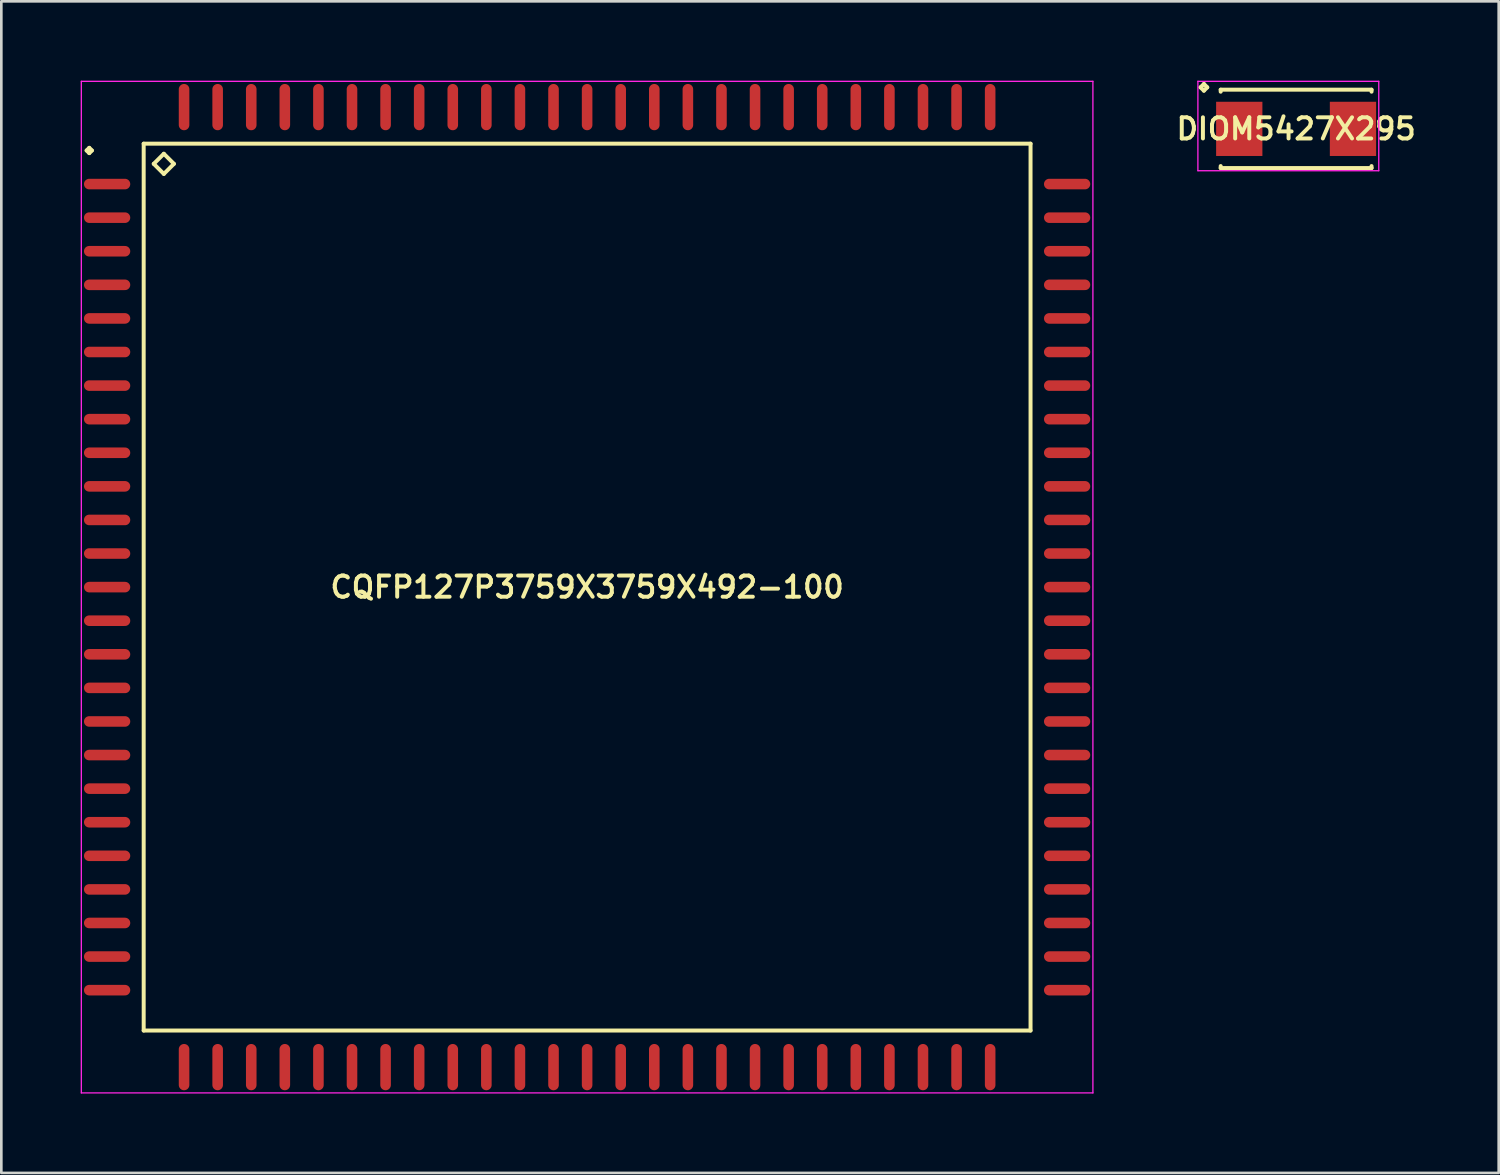
<source format=kicad_pcb>
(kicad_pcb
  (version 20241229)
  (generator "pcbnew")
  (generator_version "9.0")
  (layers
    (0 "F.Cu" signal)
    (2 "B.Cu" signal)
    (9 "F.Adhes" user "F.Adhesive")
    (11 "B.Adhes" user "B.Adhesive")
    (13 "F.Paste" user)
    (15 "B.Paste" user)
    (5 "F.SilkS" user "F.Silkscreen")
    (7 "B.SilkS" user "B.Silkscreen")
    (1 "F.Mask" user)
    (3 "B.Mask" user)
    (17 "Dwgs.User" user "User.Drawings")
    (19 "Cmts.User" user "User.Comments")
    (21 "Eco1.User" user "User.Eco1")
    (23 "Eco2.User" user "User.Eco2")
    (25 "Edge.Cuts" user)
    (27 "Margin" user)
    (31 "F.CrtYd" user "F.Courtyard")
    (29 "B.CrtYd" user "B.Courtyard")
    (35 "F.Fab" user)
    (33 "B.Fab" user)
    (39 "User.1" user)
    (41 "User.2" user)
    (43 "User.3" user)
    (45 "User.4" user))
  (footprint "CQFP127P3759X3759X492-100"
    (layer "F.Cu")
    (at 19.15 19.15)
    (property "Reference" "CQFP127P3759X3759X492-100" (at 0 0 0) (layer "F.SilkS") (effects (font (size 0.8 0.8) (thickness 0.15))))
    (attr smd)
    (fp_line (start -18.925 -16.51) (end -18.825 -16.61) (stroke (width 0.15) (type solid)) (layer "F.SilkS"))
    (fp_line (start -18.825 -16.61) (end -18.725 -16.51) (stroke (width 0.15) (type solid)) (layer "F.SilkS"))
    (fp_line (start -18.825 -16.41) (end -18.925 -16.51) (stroke (width 0.15) (type solid)) (layer "F.SilkS"))
    (fp_line (start -18.725 -16.51) (end -18.825 -16.41) (stroke (width 0.15) (type solid)) (layer "F.SilkS"))
    (fp_line (start -16.767 -16.767) (end -16.767 16.767) (stroke (width 0.15) (type solid)) (layer "F.SilkS"))
    (fp_line (start -16.767 16.767) (end 16.767 16.767) (stroke (width 0.15) (type solid)) (layer "F.SilkS"))
    (fp_line (start -16.386 -16.005) (end -16.005 -16.386) (stroke (width 0.15) (type solid)) (layer "F.SilkS"))
    (fp_line (start -16.005 -16.386) (end -15.624 -16.005) (stroke (width 0.15) (type solid)) (layer "F.SilkS"))
    (fp_line (start -16.005 -15.624) (end -16.386 -16.005) (stroke (width 0.15) (type solid)) (layer "F.SilkS"))
    (fp_line (start -15.624 -16.005) (end -16.005 -15.624) (stroke (width 0.15) (type solid)) (layer "F.SilkS"))
    (fp_line (start 16.767 -16.767) (end -16.767 -16.767) (stroke (width 0.15) (type solid)) (layer "F.SilkS"))
    (fp_line (start 16.767 16.767) (end 16.767 -16.767) (stroke (width 0.15) (type solid)) (layer "F.SilkS"))
    (fp_line (start -19.125 -19.125) (end 19.125 -19.125) (stroke (width 0.05) (type solid)) (layer "F.CrtYd"))
    (fp_line (start -19.125 19.125) (end -19.125 -19.125) (stroke (width 0.05) (type solid)) (layer "F.CrtYd"))
    (fp_line (start 19.125 -19.125) (end 19.125 19.125) (stroke (width 0.05) (type solid)) (layer "F.CrtYd"))
    (fp_line (start 19.125 19.125) (end -19.125 19.125) (stroke (width 0.05) (type solid)) (layer "F.CrtYd"))
    (pad "1" smd oval (at -18.15 -15.24) (size 1.75 0.4) (layers "F.Cu" "F.Mask" "F.Paste"))
    (pad "2" smd oval (at -18.15 -13.97) (size 1.75 0.4) (layers "F.Cu" "F.Mask" "F.Paste"))
    (pad "3" smd oval (at -18.15 -12.7) (size 1.75 0.4) (layers "F.Cu" "F.Mask" "F.Paste"))
    (pad "4" smd oval (at -18.15 -11.43) (size 1.75 0.4) (layers "F.Cu" "F.Mask" "F.Paste"))
    (pad "5" smd oval (at -18.15 -10.16) (size 1.75 0.4) (layers "F.Cu" "F.Mask" "F.Paste"))
    (pad "6" smd oval (at -18.15 -8.89) (size 1.75 0.4) (layers "F.Cu" "F.Mask" "F.Paste"))
    (pad "7" smd oval (at -18.15 -7.62) (size 1.75 0.4) (layers "F.Cu" "F.Mask" "F.Paste"))
    (pad "8" smd oval (at -18.15 -6.35) (size 1.75 0.4) (layers "F.Cu" "F.Mask" "F.Paste"))
    (pad "9" smd oval (at -18.15 -5.08) (size 1.75 0.4) (layers "F.Cu" "F.Mask" "F.Paste"))
    (pad "10" smd oval (at -18.15 -3.81) (size 1.75 0.4) (layers "F.Cu" "F.Mask" "F.Paste"))
    (pad "11" smd oval (at -18.15 -2.54) (size 1.75 0.4) (layers "F.Cu" "F.Mask" "F.Paste"))
    (pad "12" smd oval (at -18.15 -1.27) (size 1.75 0.4) (layers "F.Cu" "F.Mask" "F.Paste"))
    (pad "13" smd oval (at -18.15 0) (size 1.75 0.4) (layers "F.Cu" "F.Mask" "F.Paste"))
    (pad "14" smd oval (at -18.15 1.27) (size 1.75 0.4) (layers "F.Cu" "F.Mask" "F.Paste"))
    (pad "15" smd oval (at -18.15 2.54) (size 1.75 0.4) (layers "F.Cu" "F.Mask" "F.Paste"))
    (pad "16" smd oval (at -18.15 3.81) (size 1.75 0.4) (layers "F.Cu" "F.Mask" "F.Paste"))
    (pad "17" smd oval (at -18.15 5.08) (size 1.75 0.4) (layers "F.Cu" "F.Mask" "F.Paste"))
    (pad "18" smd oval (at -18.15 6.35) (size 1.75 0.4) (layers "F.Cu" "F.Mask" "F.Paste"))
    (pad "19" smd oval (at -18.15 7.62) (size 1.75 0.4) (layers "F.Cu" "F.Mask" "F.Paste"))
    (pad "20" smd oval (at -18.15 8.89) (size 1.75 0.4) (layers "F.Cu" "F.Mask" "F.Paste"))
    (pad "21" smd oval (at -18.15 10.16) (size 1.75 0.4) (layers "F.Cu" "F.Mask" "F.Paste"))
    (pad "22" smd oval (at -18.15 11.43) (size 1.75 0.4) (layers "F.Cu" "F.Mask" "F.Paste"))
    (pad "23" smd oval (at -18.15 12.7) (size 1.75 0.4) (layers "F.Cu" "F.Mask" "F.Paste"))
    (pad "24" smd oval (at -18.15 13.97) (size 1.75 0.4) (layers "F.Cu" "F.Mask" "F.Paste"))
    (pad "25" smd oval (at -18.15 15.24) (size 1.75 0.4) (layers "F.Cu" "F.Mask" "F.Paste"))
    (pad "26" smd oval (at -15.24 18.15) (size 0.4 1.75) (layers "F.Cu" "F.Mask" "F.Paste"))
    (pad "27" smd oval (at -13.97 18.15) (size 0.4 1.75) (layers "F.Cu" "F.Mask" "F.Paste"))
    (pad "28" smd oval (at -12.7 18.15) (size 0.4 1.75) (layers "F.Cu" "F.Mask" "F.Paste"))
    (pad "29" smd oval (at -11.43 18.15) (size 0.4 1.75) (layers "F.Cu" "F.Mask" "F.Paste"))
    (pad "30" smd oval (at -10.16 18.15) (size 0.4 1.75) (layers "F.Cu" "F.Mask" "F.Paste"))
    (pad "31" smd oval (at -8.89 18.15) (size 0.4 1.75) (layers "F.Cu" "F.Mask" "F.Paste"))
    (pad "32" smd oval (at -7.62 18.15) (size 0.4 1.75) (layers "F.Cu" "F.Mask" "F.Paste"))
    (pad "33" smd oval (at -6.35 18.15) (size 0.4 1.75) (layers "F.Cu" "F.Mask" "F.Paste"))
    (pad "34" smd oval (at -5.08 18.15) (size 0.4 1.75) (layers "F.Cu" "F.Mask" "F.Paste"))
    (pad "35" smd oval (at -3.81 18.15) (size 0.4 1.75) (layers "F.Cu" "F.Mask" "F.Paste"))
    (pad "36" smd oval (at -2.54 18.15) (size 0.4 1.75) (layers "F.Cu" "F.Mask" "F.Paste"))
    (pad "37" smd oval (at -1.27 18.15) (size 0.4 1.75) (layers "F.Cu" "F.Mask" "F.Paste"))
    (pad "38" smd oval (at 0 18.15) (size 0.4 1.75) (layers "F.Cu" "F.Mask" "F.Paste"))
    (pad "39" smd oval (at 1.27 18.15) (size 0.4 1.75) (layers "F.Cu" "F.Mask" "F.Paste"))
    (pad "40" smd oval (at 2.54 18.15) (size 0.4 1.75) (layers "F.Cu" "F.Mask" "F.Paste"))
    (pad "41" smd oval (at 3.81 18.15) (size 0.4 1.75) (layers "F.Cu" "F.Mask" "F.Paste"))
    (pad "42" smd oval (at 5.08 18.15) (size 0.4 1.75) (layers "F.Cu" "F.Mask" "F.Paste"))
    (pad "43" smd oval (at 6.35 18.15) (size 0.4 1.75) (layers "F.Cu" "F.Mask" "F.Paste"))
    (pad "44" smd oval (at 7.62 18.15) (size 0.4 1.75) (layers "F.Cu" "F.Mask" "F.Paste"))
    (pad "45" smd oval (at 8.89 18.15) (size 0.4 1.75) (layers "F.Cu" "F.Mask" "F.Paste"))
    (pad "46" smd oval (at 10.16 18.15) (size 0.4 1.75) (layers "F.Cu" "F.Mask" "F.Paste"))
    (pad "47" smd oval (at 11.43 18.15) (size 0.4 1.75) (layers "F.Cu" "F.Mask" "F.Paste"))
    (pad "48" smd oval (at 12.7 18.15) (size 0.4 1.75) (layers "F.Cu" "F.Mask" "F.Paste"))
    (pad "49" smd oval (at 13.97 18.15) (size 0.4 1.75) (layers "F.Cu" "F.Mask" "F.Paste"))
    (pad "50" smd oval (at 15.24 18.15) (size 0.4 1.75) (layers "F.Cu" "F.Mask" "F.Paste"))
    (pad "51" smd oval (at 18.15 15.24) (size 1.75 0.4) (layers "F.Cu" "F.Mask" "F.Paste"))
    (pad "52" smd oval (at 18.15 13.97) (size 1.75 0.4) (layers "F.Cu" "F.Mask" "F.Paste"))
    (pad "53" smd oval (at 18.15 12.7) (size 1.75 0.4) (layers "F.Cu" "F.Mask" "F.Paste"))
    (pad "54" smd oval (at 18.15 11.43) (size 1.75 0.4) (layers "F.Cu" "F.Mask" "F.Paste"))
    (pad "55" smd oval (at 18.15 10.16) (size 1.75 0.4) (layers "F.Cu" "F.Mask" "F.Paste"))
    (pad "56" smd oval (at 18.15 8.89) (size 1.75 0.4) (layers "F.Cu" "F.Mask" "F.Paste"))
    (pad "57" smd oval (at 18.15 7.62) (size 1.75 0.4) (layers "F.Cu" "F.Mask" "F.Paste"))
    (pad "58" smd oval (at 18.15 6.35) (size 1.75 0.4) (layers "F.Cu" "F.Mask" "F.Paste"))
    (pad "59" smd oval (at 18.15 5.08) (size 1.75 0.4) (layers "F.Cu" "F.Mask" "F.Paste"))
    (pad "60" smd oval (at 18.15 3.81) (size 1.75 0.4) (layers "F.Cu" "F.Mask" "F.Paste"))
    (pad "61" smd oval (at 18.15 2.54) (size 1.75 0.4) (layers "F.Cu" "F.Mask" "F.Paste"))
    (pad "62" smd oval (at 18.15 1.27) (size 1.75 0.4) (layers "F.Cu" "F.Mask" "F.Paste"))
    (pad "63" smd oval (at 18.15 0) (size 1.75 0.4) (layers "F.Cu" "F.Mask" "F.Paste"))
    (pad "64" smd oval (at 18.15 -1.27) (size 1.75 0.4) (layers "F.Cu" "F.Mask" "F.Paste"))
    (pad "65" smd oval (at 18.15 -2.54) (size 1.75 0.4) (layers "F.Cu" "F.Mask" "F.Paste"))
    (pad "66" smd oval (at 18.15 -3.81) (size 1.75 0.4) (layers "F.Cu" "F.Mask" "F.Paste"))
    (pad "67" smd oval (at 18.15 -5.08) (size 1.75 0.4) (layers "F.Cu" "F.Mask" "F.Paste"))
    (pad "68" smd oval (at 18.15 -6.35) (size 1.75 0.4) (layers "F.Cu" "F.Mask" "F.Paste"))
    (pad "69" smd oval (at 18.15 -7.62) (size 1.75 0.4) (layers "F.Cu" "F.Mask" "F.Paste"))
    (pad "70" smd oval (at 18.15 -8.89) (size 1.75 0.4) (layers "F.Cu" "F.Mask" "F.Paste"))
    (pad "71" smd oval (at 18.15 -10.16) (size 1.75 0.4) (layers "F.Cu" "F.Mask" "F.Paste"))
    (pad "72" smd oval (at 18.15 -11.43) (size 1.75 0.4) (layers "F.Cu" "F.Mask" "F.Paste"))
    (pad "73" smd oval (at 18.15 -12.7) (size 1.75 0.4) (layers "F.Cu" "F.Mask" "F.Paste"))
    (pad "74" smd oval (at 18.15 -13.97) (size 1.75 0.4) (layers "F.Cu" "F.Mask" "F.Paste"))
    (pad "75" smd oval (at 18.15 -15.24) (size 1.75 0.4) (layers "F.Cu" "F.Mask" "F.Paste"))
    (pad "76" smd oval (at 15.24 -18.15) (size 0.4 1.75) (layers "F.Cu" "F.Mask" "F.Paste"))
    (pad "77" smd oval (at 13.97 -18.15) (size 0.4 1.75) (layers "F.Cu" "F.Mask" "F.Paste"))
    (pad "78" smd oval (at 12.7 -18.15) (size 0.4 1.75) (layers "F.Cu" "F.Mask" "F.Paste"))
    (pad "79" smd oval (at 11.43 -18.15) (size 0.4 1.75) (layers "F.Cu" "F.Mask" "F.Paste"))
    (pad "80" smd oval (at 10.16 -18.15) (size 0.4 1.75) (layers "F.Cu" "F.Mask" "F.Paste"))
    (pad "81" smd oval (at 8.89 -18.15) (size 0.4 1.75) (layers "F.Cu" "F.Mask" "F.Paste"))
    (pad "82" smd oval (at 7.62 -18.15) (size 0.4 1.75) (layers "F.Cu" "F.Mask" "F.Paste"))
    (pad "83" smd oval (at 6.35 -18.15) (size 0.4 1.75) (layers "F.Cu" "F.Mask" "F.Paste"))
    (pad "84" smd oval (at 5.08 -18.15) (size 0.4 1.75) (layers "F.Cu" "F.Mask" "F.Paste"))
    (pad "85" smd oval (at 3.81 -18.15) (size 0.4 1.75) (layers "F.Cu" "F.Mask" "F.Paste"))
    (pad "86" smd oval (at 2.54 -18.15) (size 0.4 1.75) (layers "F.Cu" "F.Mask" "F.Paste"))
    (pad "87" smd oval (at 1.27 -18.15) (size 0.4 1.75) (layers "F.Cu" "F.Mask" "F.Paste"))
    (pad "88" smd oval (at 0 -18.15) (size 0.4 1.75) (layers "F.Cu" "F.Mask" "F.Paste"))
    (pad "89" smd oval (at -1.27 -18.15) (size 0.4 1.75) (layers "F.Cu" "F.Mask" "F.Paste"))
    (pad "90" smd oval (at -2.54 -18.15) (size 0.4 1.75) (layers "F.Cu" "F.Mask" "F.Paste"))
    (pad "91" smd oval (at -3.81 -18.15) (size 0.4 1.75) (layers "F.Cu" "F.Mask" "F.Paste"))
    (pad "92" smd oval (at -5.08 -18.15) (size 0.4 1.75) (layers "F.Cu" "F.Mask" "F.Paste"))
    (pad "93" smd oval (at -6.35 -18.15) (size 0.4 1.75) (layers "F.Cu" "F.Mask" "F.Paste"))
    (pad "94" smd oval (at -7.62 -18.15) (size 0.4 1.75) (layers "F.Cu" "F.Mask" "F.Paste"))
    (pad "95" smd oval (at -8.89 -18.15) (size 0.4 1.75) (layers "F.Cu" "F.Mask" "F.Paste"))
    (pad "96" smd oval (at -10.16 -18.15) (size 0.4 1.75) (layers "F.Cu" "F.Mask" "F.Paste"))
    (pad "97" smd oval (at -11.43 -18.15) (size 0.4 1.75) (layers "F.Cu" "F.Mask" "F.Paste"))
    (pad "98" smd oval (at -12.7 -18.15) (size 0.4 1.75) (layers "F.Cu" "F.Mask" "F.Paste"))
    (pad "99" smd oval (at -13.97 -18.15) (size 0.4 1.75) (layers "F.Cu" "F.Mask" "F.Paste"))
    (pad "100" smd oval (at -15.24 -18.15) (size 0.4 1.75) (layers "F.Cu" "F.Mask" "F.Paste")))
  (footprint "DIOM5427X295"
    (layer "F.Cu")
    (at 45.959 1.823)
    (property "Reference" "DIOM5427X295" (at 0 0 0) (layer "F.SilkS") (effects (font (size 0.8 0.8) (thickness 0.15))))
    (attr smd)
    (fp_line (start -3.614 -1.571) (end -3.487 -1.698) (stroke (width 0.15) (type solid)) (layer "F.SilkS"))
    (fp_line (start -3.487 -1.698) (end -3.36 -1.571) (stroke (width 0.15) (type solid)) (layer "F.SilkS"))
    (fp_line (start -3.487 -1.444) (end -3.614 -1.571) (stroke (width 0.15) (type solid)) (layer "F.SilkS"))
    (fp_line (start -3.36 -1.571) (end -3.487 -1.444) (stroke (width 0.15) (type solid)) (layer "F.SilkS"))
    (fp_line (start -2.852 -1.482) (end 2.852 -1.482) (stroke (width 0.15) (type solid)) (layer "F.SilkS"))
    (fp_line (start -2.852 -1.406) (end -2.852 -1.482) (stroke (width 0.15) (type solid)) (layer "F.SilkS"))
    (fp_line (start -2.852 1.406) (end -2.852 1.482) (stroke (width 0.15) (type solid)) (layer "F.SilkS"))
    (fp_line (start -2.852 1.482) (end 2.852 1.482) (stroke (width 0.15) (type solid)) (layer "F.SilkS"))
    (fp_line (start 2.852 -1.482) (end 2.852 -1.406) (stroke (width 0.15) (type solid)) (layer "F.SilkS"))
    (fp_line (start 2.852 1.482) (end 2.852 1.406) (stroke (width 0.15) (type solid)) (layer "F.SilkS"))
    (fp_line (start -3.714 -1.798) (end 3.125 -1.798) (stroke (width 0.05) (type solid)) (layer "F.CrtYd"))
    (fp_line (start -3.714 1.582) (end -3.714 -1.798) (stroke (width 0.05) (type solid)) (layer "F.CrtYd"))
    (fp_line (start 3.125 -1.798) (end 3.125 1.582) (stroke (width 0.05) (type solid)) (layer "F.CrtYd"))
    (fp_line (start 3.125 1.582) (end -3.714 1.582) (stroke (width 0.05) (type solid)) (layer "F.CrtYd"))
    (pad "1" smd rect (at -2.15 0) (size 1.75 2.05) (layers "F.Cu" "F.Mask" "F.Paste"))
    (pad "2" smd rect (at 2.15 0) (size 1.75 2.05) (layers "F.Cu" "F.Mask" "F.Paste")))
  (gr_rect
    (start -3 -3)
    (end 53.619 41.3)
    (stroke (width 0.1) (type default))
    (fill no)
    (layer "Edge.Cuts")))
</source>
